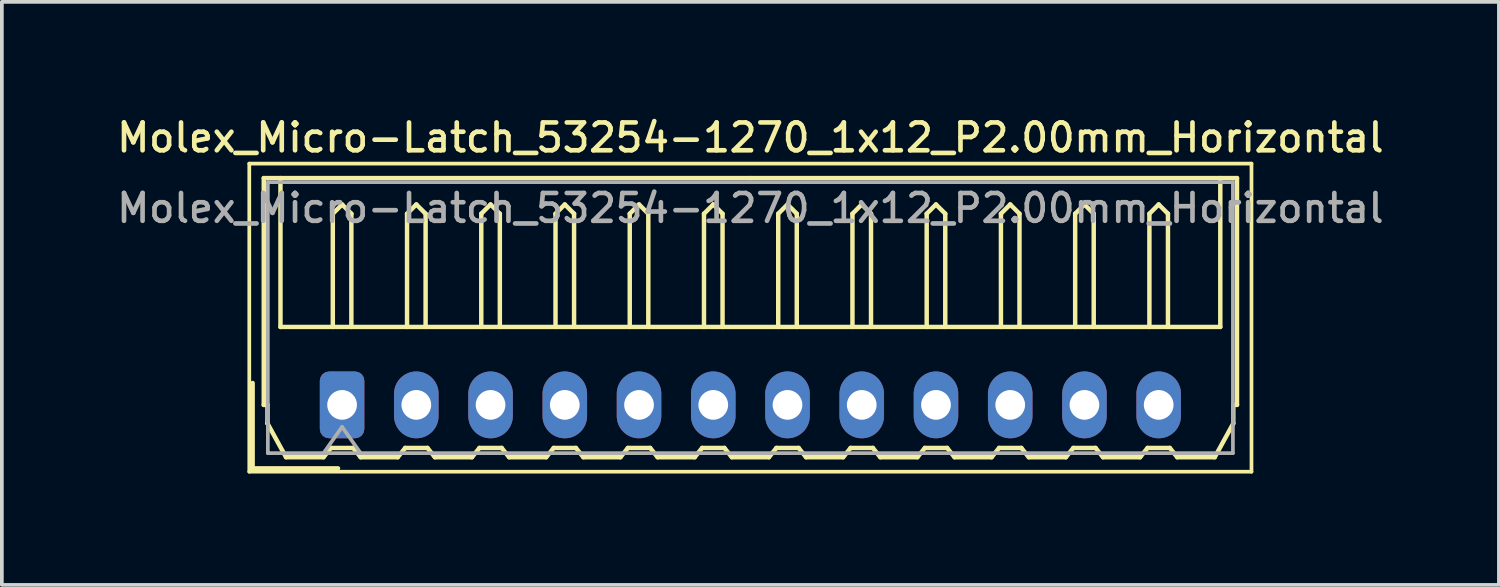
<source format=kicad_pcb>
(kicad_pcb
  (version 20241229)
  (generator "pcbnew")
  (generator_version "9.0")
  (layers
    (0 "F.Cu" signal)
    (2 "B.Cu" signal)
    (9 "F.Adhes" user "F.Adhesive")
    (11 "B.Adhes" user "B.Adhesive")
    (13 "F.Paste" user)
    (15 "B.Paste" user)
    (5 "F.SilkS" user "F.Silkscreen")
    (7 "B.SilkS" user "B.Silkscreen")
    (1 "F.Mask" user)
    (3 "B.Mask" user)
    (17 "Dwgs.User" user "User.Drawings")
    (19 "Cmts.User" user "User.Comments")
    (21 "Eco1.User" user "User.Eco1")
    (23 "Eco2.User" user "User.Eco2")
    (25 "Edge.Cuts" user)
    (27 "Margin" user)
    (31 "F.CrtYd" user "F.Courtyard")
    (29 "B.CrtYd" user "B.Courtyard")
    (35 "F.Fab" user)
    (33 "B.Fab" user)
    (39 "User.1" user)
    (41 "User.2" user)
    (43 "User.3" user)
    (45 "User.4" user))
  (footprint "Molex_Micro-Latch_53254-1270_1x12_P2.00mm_Horizontal"
    (layer "F.Cu")
    (at 6.166 7.858)
    (property "Reference" "Molex_Micro-Latch_53254-1270_1x12_P2.00mm_Horizontal" (at 11 -7.2 0) (layer "F.SilkS") (effects (font (size 0.75 0.75) (thickness 0.125))))
    (attr through_hole)
    (fp_line (start -2.5 -6.5) (end -2.5 1.8) (stroke (width 0.1) (type solid)) (layer "F.SilkS"))
    (fp_line (start -2.5 1.8) (end 24.5 1.8) (stroke (width 0.1) (type solid)) (layer "F.SilkS"))
    (fp_line (start -2.41 1.71) (end -2.41 -0.59) (stroke (width 0.12) (type solid)) (layer "F.SilkS"))
    (fp_line (start -2.11 -6.11) (end 11 -6.11) (stroke (width 0.12) (type solid)) (layer "F.SilkS"))
    (fp_line (start -2.11 0) (end -2.11 -6.11) (stroke (width 0.12) (type solid)) (layer "F.SilkS"))
    (fp_line (start -2.01 0) (end -2.11 0) (stroke (width 0.12) (type solid)) (layer "F.SilkS"))
    (fp_line (start -2.01 0.5) (end -2.01 0) (stroke (width 0.12) (type solid)) (layer "F.SilkS"))
    (fp_line (start -1.66 -6.11) (end -1.66 -2.1) (stroke (width 0.12) (type solid)) (layer "F.SilkS"))
    (fp_line (start -1.66 -2.1) (end 23.66 -2.1) (stroke (width 0.12) (type solid)) (layer "F.SilkS"))
    (fp_line (start -1.51 1.41) (end -2.01 0.5) (stroke (width 0.12) (type solid)) (layer "F.SilkS"))
    (fp_line (start -0.5 1.41) (end -1.51 1.41) (stroke (width 0.12) (type solid)) (layer "F.SilkS"))
    (fp_line (start -0.3 1.16) (end -0.5 1.41) (stroke (width 0.12) (type solid)) (layer "F.SilkS"))
    (fp_line (start -0.3 1.16) (end 0.3 1.16) (stroke (width 0.12) (type solid)) (layer "F.SilkS"))
    (fp_line (start -0.25 -5.15) (end 0 -5.4) (stroke (width 0.12) (type solid)) (layer "F.SilkS"))
    (fp_line (start -0.25 -2.1) (end -0.25 -5.15) (stroke (width 0.12) (type solid)) (layer "F.SilkS"))
    (fp_line (start -0.11 1.71) (end -2.41 1.71) (stroke (width 0.12) (type solid)) (layer "F.SilkS"))
    (fp_line (start 0 -5.4) (end 0.25 -5.15) (stroke (width 0.12) (type solid)) (layer "F.SilkS"))
    (fp_line (start 0.25 -5.15) (end 0.25 -2.1) (stroke (width 0.12) (type solid)) (layer "F.SilkS"))
    (fp_line (start 0.3 1.16) (end 0.5 1.41) (stroke (width 0.12) (type solid)) (layer "F.SilkS"))
    (fp_line (start 0.5 1.41) (end 1.5 1.41) (stroke (width 0.12) (type solid)) (layer "F.SilkS"))
    (fp_line (start 1.5 1.41) (end 1.7 1.16) (stroke (width 0.12) (type solid)) (layer "F.SilkS"))
    (fp_line (start 1.7 1.16) (end 2.3 1.16) (stroke (width 0.12) (type solid)) (layer "F.SilkS"))
    (fp_line (start 1.75 -5.15) (end 2 -5.4) (stroke (width 0.12) (type solid)) (layer "F.SilkS"))
    (fp_line (start 1.75 -2.1) (end 1.75 -5.15) (stroke (width 0.12) (type solid)) (layer "F.SilkS"))
    (fp_line (start 2 -5.4) (end 2.25 -5.15) (stroke (width 0.12) (type solid)) (layer "F.SilkS"))
    (fp_line (start 2.25 -5.15) (end 2.25 -2.1) (stroke (width 0.12) (type solid)) (layer "F.SilkS"))
    (fp_line (start 2.3 1.16) (end 2.5 1.41) (stroke (width 0.12) (type solid)) (layer "F.SilkS"))
    (fp_line (start 2.5 1.41) (end 3.5 1.41) (stroke (width 0.12) (type solid)) (layer "F.SilkS"))
    (fp_line (start 3.5 1.41) (end 3.7 1.16) (stroke (width 0.12) (type solid)) (layer "F.SilkS"))
    (fp_line (start 3.7 1.16) (end 4.3 1.16) (stroke (width 0.12) (type solid)) (layer "F.SilkS"))
    (fp_line (start 3.75 -5.15) (end 4 -5.4) (stroke (width 0.12) (type solid)) (layer "F.SilkS"))
    (fp_line (start 3.75 -2.1) (end 3.75 -5.15) (stroke (width 0.12) (type solid)) (layer "F.SilkS"))
    (fp_line (start 4 -5.4) (end 4.25 -5.15) (stroke (width 0.12) (type solid)) (layer "F.SilkS"))
    (fp_line (start 4.25 -5.15) (end 4.25 -2.1) (stroke (width 0.12) (type solid)) (layer "F.SilkS"))
    (fp_line (start 4.3 1.16) (end 4.5 1.41) (stroke (width 0.12) (type solid)) (layer "F.SilkS"))
    (fp_line (start 4.5 1.41) (end 5.5 1.41) (stroke (width 0.12) (type solid)) (layer "F.SilkS"))
    (fp_line (start 5.5 1.41) (end 5.7 1.16) (stroke (width 0.12) (type solid)) (layer "F.SilkS"))
    (fp_line (start 5.7 1.16) (end 6.3 1.16) (stroke (width 0.12) (type solid)) (layer "F.SilkS"))
    (fp_line (start 5.75 -5.15) (end 6 -5.4) (stroke (width 0.12) (type solid)) (layer "F.SilkS"))
    (fp_line (start 5.75 -2.1) (end 5.75 -5.15) (stroke (width 0.12) (type solid)) (layer "F.SilkS"))
    (fp_line (start 6 -5.4) (end 6.25 -5.15) (stroke (width 0.12) (type solid)) (layer "F.SilkS"))
    (fp_line (start 6.25 -5.15) (end 6.25 -2.1) (stroke (width 0.12) (type solid)) (layer "F.SilkS"))
    (fp_line (start 6.3 1.16) (end 6.5 1.41) (stroke (width 0.12) (type solid)) (layer "F.SilkS"))
    (fp_line (start 6.5 1.41) (end 7.5 1.41) (stroke (width 0.12) (type solid)) (layer "F.SilkS"))
    (fp_line (start 7.5 1.41) (end 7.7 1.16) (stroke (width 0.12) (type solid)) (layer "F.SilkS"))
    (fp_line (start 7.7 1.16) (end 8.3 1.16) (stroke (width 0.12) (type solid)) (layer "F.SilkS"))
    (fp_line (start 7.75 -5.15) (end 8 -5.4) (stroke (width 0.12) (type solid)) (layer "F.SilkS"))
    (fp_line (start 7.75 -2.1) (end 7.75 -5.15) (stroke (width 0.12) (type solid)) (layer "F.SilkS"))
    (fp_line (start 8 -5.4) (end 8.25 -5.15) (stroke (width 0.12) (type solid)) (layer "F.SilkS"))
    (fp_line (start 8.25 -5.15) (end 8.25 -2.1) (stroke (width 0.12) (type solid)) (layer "F.SilkS"))
    (fp_line (start 8.3 1.16) (end 8.5 1.41) (stroke (width 0.12) (type solid)) (layer "F.SilkS"))
    (fp_line (start 8.5 1.41) (end 9.5 1.41) (stroke (width 0.12) (type solid)) (layer "F.SilkS"))
    (fp_line (start 9.5 1.41) (end 9.7 1.16) (stroke (width 0.12) (type solid)) (layer "F.SilkS"))
    (fp_line (start 9.7 1.16) (end 10.3 1.16) (stroke (width 0.12) (type solid)) (layer "F.SilkS"))
    (fp_line (start 9.75 -5.15) (end 10 -5.4) (stroke (width 0.12) (type solid)) (layer "F.SilkS"))
    (fp_line (start 9.75 -2.1) (end 9.75 -5.15) (stroke (width 0.12) (type solid)) (layer "F.SilkS"))
    (fp_line (start 10 -5.4) (end 10.25 -5.15) (stroke (width 0.12) (type solid)) (layer "F.SilkS"))
    (fp_line (start 10.25 -5.15) (end 10.25 -2.1) (stroke (width 0.12) (type solid)) (layer "F.SilkS"))
    (fp_line (start 10.3 1.16) (end 10.5 1.41) (stroke (width 0.12) (type solid)) (layer "F.SilkS"))
    (fp_line (start 10.5 1.41) (end 11.5 1.41) (stroke (width 0.12) (type solid)) (layer "F.SilkS"))
    (fp_line (start 11.5 1.41) (end 11.7 1.16) (stroke (width 0.12) (type solid)) (layer "F.SilkS"))
    (fp_line (start 11.7 1.16) (end 12.3 1.16) (stroke (width 0.12) (type solid)) (layer "F.SilkS"))
    (fp_line (start 11.75 -5.15) (end 12 -5.4) (stroke (width 0.12) (type solid)) (layer "F.SilkS"))
    (fp_line (start 11.75 -2.1) (end 11.75 -5.15) (stroke (width 0.12) (type solid)) (layer "F.SilkS"))
    (fp_line (start 12 -5.4) (end 12.25 -5.15) (stroke (width 0.12) (type solid)) (layer "F.SilkS"))
    (fp_line (start 12.25 -5.15) (end 12.25 -2.1) (stroke (width 0.12) (type solid)) (layer "F.SilkS"))
    (fp_line (start 12.3 1.16) (end 12.5 1.41) (stroke (width 0.12) (type solid)) (layer "F.SilkS"))
    (fp_line (start 12.5 1.41) (end 13.5 1.41) (stroke (width 0.12) (type solid)) (layer "F.SilkS"))
    (fp_line (start 13.5 1.41) (end 13.7 1.16) (stroke (width 0.12) (type solid)) (layer "F.SilkS"))
    (fp_line (start 13.7 1.16) (end 14.3 1.16) (stroke (width 0.12) (type solid)) (layer "F.SilkS"))
    (fp_line (start 13.75 -5.15) (end 14 -5.4) (stroke (width 0.12) (type solid)) (layer "F.SilkS"))
    (fp_line (start 13.75 -2.1) (end 13.75 -5.15) (stroke (width 0.12) (type solid)) (layer "F.SilkS"))
    (fp_line (start 14 -5.4) (end 14.25 -5.15) (stroke (width 0.12) (type solid)) (layer "F.SilkS"))
    (fp_line (start 14.25 -5.15) (end 14.25 -2.1) (stroke (width 0.12) (type solid)) (layer "F.SilkS"))
    (fp_line (start 14.3 1.16) (end 14.5 1.41) (stroke (width 0.12) (type solid)) (layer "F.SilkS"))
    (fp_line (start 14.5 1.41) (end 15.5 1.41) (stroke (width 0.12) (type solid)) (layer "F.SilkS"))
    (fp_line (start 15.5 1.41) (end 15.7 1.16) (stroke (width 0.12) (type solid)) (layer "F.SilkS"))
    (fp_line (start 15.7 1.16) (end 16.3 1.16) (stroke (width 0.12) (type solid)) (layer "F.SilkS"))
    (fp_line (start 15.75 -5.15) (end 16 -5.4) (stroke (width 0.12) (type solid)) (layer "F.SilkS"))
    (fp_line (start 15.75 -2.1) (end 15.75 -5.15) (stroke (width 0.12) (type solid)) (layer "F.SilkS"))
    (fp_line (start 16 -5.4) (end 16.25 -5.15) (stroke (width 0.12) (type solid)) (layer "F.SilkS"))
    (fp_line (start 16.25 -5.15) (end 16.25 -2.1) (stroke (width 0.12) (type solid)) (layer "F.SilkS"))
    (fp_line (start 16.3 1.16) (end 16.5 1.41) (stroke (width 0.12) (type solid)) (layer "F.SilkS"))
    (fp_line (start 16.5 1.41) (end 17.5 1.41) (stroke (width 0.12) (type solid)) (layer "F.SilkS"))
    (fp_line (start 17.5 1.41) (end 17.7 1.16) (stroke (width 0.12) (type solid)) (layer "F.SilkS"))
    (fp_line (start 17.7 1.16) (end 18.3 1.16) (stroke (width 0.12) (type solid)) (layer "F.SilkS"))
    (fp_line (start 17.75 -5.15) (end 18 -5.4) (stroke (width 0.12) (type solid)) (layer "F.SilkS"))
    (fp_line (start 17.75 -2.1) (end 17.75 -5.15) (stroke (width 0.12) (type solid)) (layer "F.SilkS"))
    (fp_line (start 18 -5.4) (end 18.25 -5.15) (stroke (width 0.12) (type solid)) (layer "F.SilkS"))
    (fp_line (start 18.25 -5.15) (end 18.25 -2.1) (stroke (width 0.12) (type solid)) (layer "F.SilkS"))
    (fp_line (start 18.3 1.16) (end 18.5 1.41) (stroke (width 0.12) (type solid)) (layer "F.SilkS"))
    (fp_line (start 18.5 1.41) (end 19.5 1.41) (stroke (width 0.12) (type solid)) (layer "F.SilkS"))
    (fp_line (start 19.5 1.41) (end 19.7 1.16) (stroke (width 0.12) (type solid)) (layer "F.SilkS"))
    (fp_line (start 19.7 1.16) (end 20.3 1.16) (stroke (width 0.12) (type solid)) (layer "F.SilkS"))
    (fp_line (start 19.75 -5.15) (end 20 -5.4) (stroke (width 0.12) (type solid)) (layer "F.SilkS"))
    (fp_line (start 19.75 -2.1) (end 19.75 -5.15) (stroke (width 0.12) (type solid)) (layer "F.SilkS"))
    (fp_line (start 20 -5.4) (end 20.25 -5.15) (stroke (width 0.12) (type solid)) (layer "F.SilkS"))
    (fp_line (start 20.25 -5.15) (end 20.25 -2.1) (stroke (width 0.12) (type solid)) (layer "F.SilkS"))
    (fp_line (start 20.3 1.16) (end 20.5 1.41) (stroke (width 0.12) (type solid)) (layer "F.SilkS"))
    (fp_line (start 20.5 1.41) (end 21.5 1.41) (stroke (width 0.12) (type solid)) (layer "F.SilkS"))
    (fp_line (start 21.5 1.41) (end 21.7 1.16) (stroke (width 0.12) (type solid)) (layer "F.SilkS"))
    (fp_line (start 21.7 1.16) (end 22.3 1.16) (stroke (width 0.12) (type solid)) (layer "F.SilkS"))
    (fp_line (start 21.75 -5.15) (end 22 -5.4) (stroke (width 0.12) (type solid)) (layer "F.SilkS"))
    (fp_line (start 21.75 -2.1) (end 21.75 -5.15) (stroke (width 0.12) (type solid)) (layer "F.SilkS"))
    (fp_line (start 22 -5.4) (end 22.25 -5.15) (stroke (width 0.12) (type solid)) (layer "F.SilkS"))
    (fp_line (start 22.25 -5.15) (end 22.25 -2.1) (stroke (width 0.12) (type solid)) (layer "F.SilkS"))
    (fp_line (start 22.3 1.16) (end 22.5 1.41) (stroke (width 0.12) (type solid)) (layer "F.SilkS"))
    (fp_line (start 22.5 1.41) (end 23.51 1.41) (stroke (width 0.12) (type solid)) (layer "F.SilkS"))
    (fp_line (start 23.51 1.41) (end 24.01 0.5) (stroke (width 0.12) (type solid)) (layer "F.SilkS"))
    (fp_line (start 23.66 -2.1) (end 23.66 -6.11) (stroke (width 0.12) (type solid)) (layer "F.SilkS"))
    (fp_line (start 24.01 0) (end 24.11 0) (stroke (width 0.12) (type solid)) (layer "F.SilkS"))
    (fp_line (start 24.01 0.5) (end 24.01 0) (stroke (width 0.12) (type solid)) (layer "F.SilkS"))
    (fp_line (start 24.11 -6.11) (end 11 -6.11) (stroke (width 0.12) (type solid)) (layer "F.SilkS"))
    (fp_line (start 24.11 0) (end 24.11 -6.11) (stroke (width 0.12) (type solid)) (layer "F.SilkS"))
    (fp_line (start 24.5 -6.5) (end -2.5 -6.5) (stroke (width 0.1) (type solid)) (layer "F.SilkS"))
    (fp_line (start 24.5 1.8) (end 24.5 -6.5) (stroke (width 0.1) (type solid)) (layer "F.SilkS"))
    (fp_line (start -2 -6) (end -2 1.3) (stroke (width 0.1) (type solid)) (layer "F.Fab"))
    (fp_line (start -2 1.3) (end 24 1.3) (stroke (width 0.1) (type solid)) (layer "F.Fab"))
    (fp_line (start -0.5 1.3) (end 0 0.593) (stroke (width 0.1) (type solid)) (layer "F.Fab"))
    (fp_line (start 0 0.593) (end 0.5 1.3) (stroke (width 0.1) (type solid)) (layer "F.Fab"))
    (fp_line (start 24 -6) (end -2 -6) (stroke (width 0.1) (type solid)) (layer "F.Fab"))
    (fp_line (start 24 1.3) (end 24 -6) (stroke (width 0.1) (type solid)) (layer "F.Fab"))
    (fp_text user "${REFERENCE}" (at 11 -5.3 0) (layer "F.Fab") (effects (font (size 0.75 0.75) (thickness 0.125))))
    (pad "1" thru_hole roundrect (at 0 0) (size 1.2 1.8) (drill 0.8) (layers "*.Cu" "*.Mask") (roundrect_rratio 0.208))
    (pad "2" thru_hole oval (at 2 0) (size 1.2 1.8) (drill 0.8) (layers "*.Cu" "*.Mask"))
    (pad "3" thru_hole oval (at 4 0) (size 1.2 1.8) (drill 0.8) (layers "*.Cu" "*.Mask"))
    (pad "4" thru_hole oval (at 6 0) (size 1.2 1.8) (drill 0.8) (layers "*.Cu" "*.Mask"))
    (pad "5" thru_hole oval (at 8 0) (size 1.2 1.8) (drill 0.8) (layers "*.Cu" "*.Mask"))
    (pad "6" thru_hole oval (at 10 0) (size 1.2 1.8) (drill 0.8) (layers "*.Cu" "*.Mask"))
    (pad "7" thru_hole oval (at 12 0) (size 1.2 1.8) (drill 0.8) (layers "*.Cu" "*.Mask"))
    (pad "8" thru_hole oval (at 14 0) (size 1.2 1.8) (drill 0.8) (layers "*.Cu" "*.Mask"))
    (pad "9" thru_hole oval (at 16 0) (size 1.2 1.8) (drill 0.8) (layers "*.Cu" "*.Mask"))
    (pad "10" thru_hole oval (at 18 0) (size 1.2 1.8) (drill 0.8) (layers "*.Cu" "*.Mask"))
    (pad "11" thru_hole oval (at 20 0) (size 1.2 1.8) (drill 0.8) (layers "*.Cu" "*.Mask"))
    (pad "12" thru_hole oval (at 22 0) (size 1.2 1.8) (drill 0.8) (layers "*.Cu" "*.Mask")))
  (gr_rect
    (start -3 -3)
    (end 37.332 12.708)
    (stroke (width 0.1) (type default))
    (fill no)
    (layer "Edge.Cuts")))
</source>
